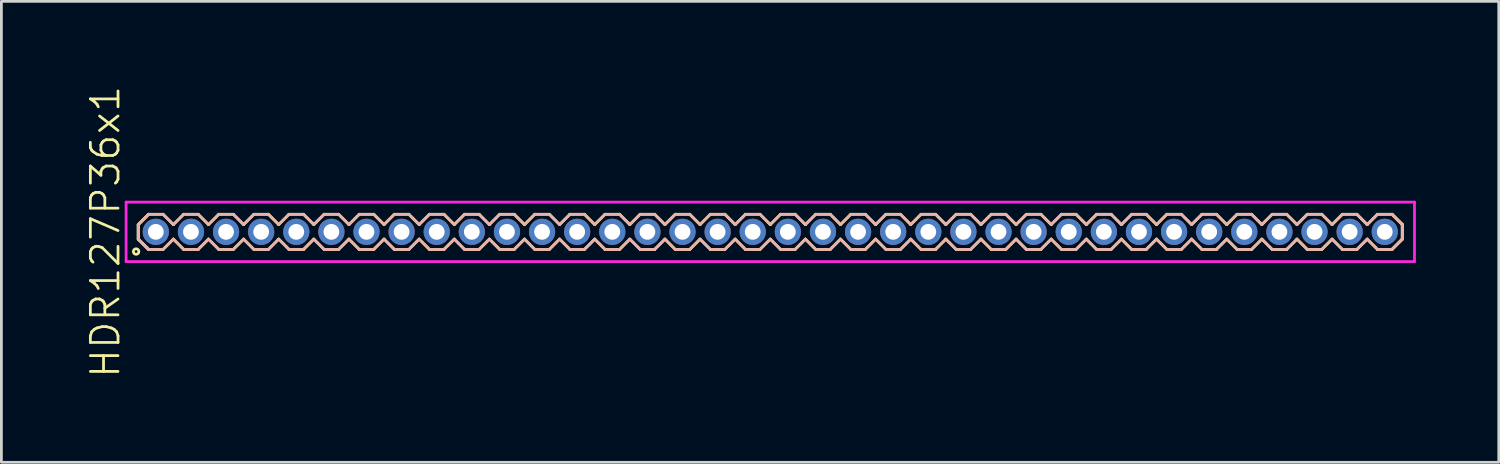
<source format=kicad_pcb>
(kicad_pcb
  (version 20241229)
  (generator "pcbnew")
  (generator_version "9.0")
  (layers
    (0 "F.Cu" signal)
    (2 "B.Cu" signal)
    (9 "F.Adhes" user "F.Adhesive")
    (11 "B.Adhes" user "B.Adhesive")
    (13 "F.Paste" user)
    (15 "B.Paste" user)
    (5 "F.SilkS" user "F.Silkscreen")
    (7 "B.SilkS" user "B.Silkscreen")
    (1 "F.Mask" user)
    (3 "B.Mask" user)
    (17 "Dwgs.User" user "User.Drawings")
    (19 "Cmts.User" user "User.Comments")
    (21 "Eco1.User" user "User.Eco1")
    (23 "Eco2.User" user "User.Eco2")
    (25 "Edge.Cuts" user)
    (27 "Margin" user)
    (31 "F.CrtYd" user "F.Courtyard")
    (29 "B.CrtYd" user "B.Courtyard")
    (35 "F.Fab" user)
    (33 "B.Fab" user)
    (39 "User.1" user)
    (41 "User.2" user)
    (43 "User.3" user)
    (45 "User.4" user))
  (footprint "HDR127P36x1"
    (layer "F.Cu")
    (at 24.811 5.336)
    (property "Reference" "HDR127P36x1" (at -24.05 0 90) (layer "F.SilkS") (effects (font (size 1 1) (thickness 0.1))))
    (attr through_hole)
    (fp_line (start -22.86 -0.263) (end -22.488 -0.635) (stroke (width 0.1) (type solid)) (layer "F.SilkS"))
    (fp_line (start -22.86 -0.263) (end -22.488 -0.635) (stroke (width 0.1) (type solid)) (layer "F.SilkS"))
    (fp_line (start -22.86 0.263) (end -22.86 -0.263) (stroke (width 0.1) (type solid)) (layer "F.SilkS"))
    (fp_line (start -22.86 0.263) (end -22.86 -0.263) (stroke (width 0.1) (type solid)) (layer "F.SilkS"))
    (fp_line (start -22.488 -0.635) (end -21.962 -0.635) (stroke (width 0.1) (type solid)) (layer "F.SilkS"))
    (fp_line (start -22.488 0.635) (end -22.86 0.263) (stroke (width 0.1) (type solid)) (layer "F.SilkS"))
    (fp_line (start -22.488 0.635) (end -22.86 0.263) (stroke (width 0.1) (type solid)) (layer "F.SilkS"))
    (fp_line (start -21.962 -0.635) (end -21.59 -0.263) (stroke (width 0.1) (type solid)) (layer "F.SilkS"))
    (fp_line (start -21.962 0.635) (end -22.488 0.635) (stroke (width 0.1) (type solid)) (layer "F.SilkS"))
    (fp_line (start -21.59 -0.263) (end -21.218 -0.635) (stroke (width 0.1) (type solid)) (layer "F.SilkS"))
    (fp_line (start -21.59 0.263) (end -21.962 0.635) (stroke (width 0.1) (type solid)) (layer "F.SilkS"))
    (fp_line (start -21.218 -0.635) (end -20.692 -0.635) (stroke (width 0.1) (type solid)) (layer "F.SilkS"))
    (fp_line (start -21.218 0.635) (end -21.59 0.263) (stroke (width 0.1) (type solid)) (layer "F.SilkS"))
    (fp_line (start -20.692 -0.635) (end -20.32 -0.263) (stroke (width 0.1) (type solid)) (layer "F.SilkS"))
    (fp_line (start -20.692 0.635) (end -21.218 0.635) (stroke (width 0.1) (type solid)) (layer "F.SilkS"))
    (fp_line (start -20.32 -0.263) (end -19.948 -0.635) (stroke (width 0.1) (type solid)) (layer "F.SilkS"))
    (fp_line (start -20.32 0.263) (end -20.692 0.635) (stroke (width 0.1) (type solid)) (layer "F.SilkS"))
    (fp_line (start -19.948 -0.635) (end -19.422 -0.635) (stroke (width 0.1) (type solid)) (layer "F.SilkS"))
    (fp_line (start -19.948 0.635) (end -20.32 0.263) (stroke (width 0.1) (type solid)) (layer "F.SilkS"))
    (fp_line (start -19.422 -0.635) (end -19.05 -0.263) (stroke (width 0.1) (type solid)) (layer "F.SilkS"))
    (fp_line (start -19.422 0.635) (end -19.948 0.635) (stroke (width 0.1) (type solid)) (layer "F.SilkS"))
    (fp_line (start -19.05 -0.263) (end -18.678 -0.635) (stroke (width 0.1) (type solid)) (layer "F.SilkS"))
    (fp_line (start -19.05 0.263) (end -19.422 0.635) (stroke (width 0.1) (type solid)) (layer "F.SilkS"))
    (fp_line (start -18.678 -0.635) (end -18.152 -0.635) (stroke (width 0.1) (type solid)) (layer "F.SilkS"))
    (fp_line (start -18.678 0.635) (end -19.05 0.263) (stroke (width 0.1) (type solid)) (layer "F.SilkS"))
    (fp_line (start -18.152 -0.635) (end -17.78 -0.263) (stroke (width 0.1) (type solid)) (layer "F.SilkS"))
    (fp_line (start -18.152 0.635) (end -18.678 0.635) (stroke (width 0.1) (type solid)) (layer "F.SilkS"))
    (fp_line (start -17.78 -0.263) (end -17.408 -0.635) (stroke (width 0.1) (type solid)) (layer "F.SilkS"))
    (fp_line (start -17.78 0.263) (end -18.152 0.635) (stroke (width 0.1) (type solid)) (layer "F.SilkS"))
    (fp_line (start -17.408 -0.635) (end -16.882 -0.635) (stroke (width 0.1) (type solid)) (layer "F.SilkS"))
    (fp_line (start -17.408 0.635) (end -17.78 0.263) (stroke (width 0.1) (type solid)) (layer "F.SilkS"))
    (fp_line (start -16.882 -0.635) (end -16.51 -0.263) (stroke (width 0.1) (type solid)) (layer "F.SilkS"))
    (fp_line (start -16.882 0.635) (end -17.408 0.635) (stroke (width 0.1) (type solid)) (layer "F.SilkS"))
    (fp_line (start -16.51 -0.263) (end -16.138 -0.635) (stroke (width 0.1) (type solid)) (layer "F.SilkS"))
    (fp_line (start -16.51 0.263) (end -16.882 0.635) (stroke (width 0.1) (type solid)) (layer "F.SilkS"))
    (fp_line (start -16.138 -0.635) (end -15.612 -0.635) (stroke (width 0.1) (type solid)) (layer "F.SilkS"))
    (fp_line (start -16.138 0.635) (end -16.51 0.263) (stroke (width 0.1) (type solid)) (layer "F.SilkS"))
    (fp_line (start -15.612 -0.635) (end -15.24 -0.263) (stroke (width 0.1) (type solid)) (layer "F.SilkS"))
    (fp_line (start -15.612 0.635) (end -16.138 0.635) (stroke (width 0.1) (type solid)) (layer "F.SilkS"))
    (fp_line (start -15.24 -0.263) (end -14.868 -0.635) (stroke (width 0.1) (type solid)) (layer "F.SilkS"))
    (fp_line (start -15.24 0.263) (end -15.612 0.635) (stroke (width 0.1) (type solid)) (layer "F.SilkS"))
    (fp_line (start -14.868 -0.635) (end -14.342 -0.635) (stroke (width 0.1) (type solid)) (layer "F.SilkS"))
    (fp_line (start -14.868 0.635) (end -15.24 0.263) (stroke (width 0.1) (type solid)) (layer "F.SilkS"))
    (fp_line (start -14.342 -0.635) (end -13.97 -0.263) (stroke (width 0.1) (type solid)) (layer "F.SilkS"))
    (fp_line (start -14.342 0.635) (end -14.868 0.635) (stroke (width 0.1) (type solid)) (layer "F.SilkS"))
    (fp_line (start -13.97 -0.263) (end -13.598 -0.635) (stroke (width 0.1) (type solid)) (layer "F.SilkS"))
    (fp_line (start -13.97 0.263) (end -14.342 0.635) (stroke (width 0.1) (type solid)) (layer "F.SilkS"))
    (fp_line (start -13.598 -0.635) (end -13.072 -0.635) (stroke (width 0.1) (type solid)) (layer "F.SilkS"))
    (fp_line (start -13.598 0.635) (end -13.97 0.263) (stroke (width 0.1) (type solid)) (layer "F.SilkS"))
    (fp_line (start -13.072 -0.635) (end -12.7 -0.263) (stroke (width 0.1) (type solid)) (layer "F.SilkS"))
    (fp_line (start -13.072 0.635) (end -13.598 0.635) (stroke (width 0.1) (type solid)) (layer "F.SilkS"))
    (fp_line (start -12.7 -0.263) (end -12.328 -0.635) (stroke (width 0.1) (type solid)) (layer "F.SilkS"))
    (fp_line (start -12.7 0.263) (end -13.072 0.635) (stroke (width 0.1) (type solid)) (layer "F.SilkS"))
    (fp_line (start -12.328 -0.635) (end -11.802 -0.635) (stroke (width 0.1) (type solid)) (layer "F.SilkS"))
    (fp_line (start -12.328 0.635) (end -12.7 0.263) (stroke (width 0.1) (type solid)) (layer "F.SilkS"))
    (fp_line (start -11.802 -0.635) (end -11.43 -0.263) (stroke (width 0.1) (type solid)) (layer "F.SilkS"))
    (fp_line (start -11.802 0.635) (end -12.328 0.635) (stroke (width 0.1) (type solid)) (layer "F.SilkS"))
    (fp_line (start -11.43 -0.263) (end -11.058 -0.635) (stroke (width 0.1) (type solid)) (layer "F.SilkS"))
    (fp_line (start -11.43 0.263) (end -11.802 0.635) (stroke (width 0.1) (type solid)) (layer "F.SilkS"))
    (fp_line (start -11.058 -0.635) (end -10.532 -0.635) (stroke (width 0.1) (type solid)) (layer "F.SilkS"))
    (fp_line (start -11.058 0.635) (end -11.43 0.263) (stroke (width 0.1) (type solid)) (layer "F.SilkS"))
    (fp_line (start -10.532 -0.635) (end -10.16 -0.263) (stroke (width 0.1) (type solid)) (layer "F.SilkS"))
    (fp_line (start -10.532 0.635) (end -11.058 0.635) (stroke (width 0.1) (type solid)) (layer "F.SilkS"))
    (fp_line (start -10.16 -0.263) (end -9.788 -0.635) (stroke (width 0.1) (type solid)) (layer "F.SilkS"))
    (fp_line (start -10.16 0.263) (end -10.532 0.635) (stroke (width 0.1) (type solid)) (layer "F.SilkS"))
    (fp_line (start -9.788 -0.635) (end -9.262 -0.635) (stroke (width 0.1) (type solid)) (layer "F.SilkS"))
    (fp_line (start -9.788 0.635) (end -10.16 0.263) (stroke (width 0.1) (type solid)) (layer "F.SilkS"))
    (fp_line (start -9.262 -0.635) (end -8.89 -0.263) (stroke (width 0.1) (type solid)) (layer "F.SilkS"))
    (fp_line (start -9.262 0.635) (end -9.788 0.635) (stroke (width 0.1) (type solid)) (layer "F.SilkS"))
    (fp_line (start -8.89 -0.263) (end -8.518 -0.635) (stroke (width 0.1) (type solid)) (layer "F.SilkS"))
    (fp_line (start -8.89 0.263) (end -9.262 0.635) (stroke (width 0.1) (type solid)) (layer "F.SilkS"))
    (fp_line (start -8.518 -0.635) (end -7.992 -0.635) (stroke (width 0.1) (type solid)) (layer "F.SilkS"))
    (fp_line (start -8.518 0.635) (end -8.89 0.263) (stroke (width 0.1) (type solid)) (layer "F.SilkS"))
    (fp_line (start -7.992 -0.635) (end -7.62 -0.263) (stroke (width 0.1) (type solid)) (layer "F.SilkS"))
    (fp_line (start -7.992 0.635) (end -8.518 0.635) (stroke (width 0.1) (type solid)) (layer "F.SilkS"))
    (fp_line (start -7.62 -0.263) (end -7.248 -0.635) (stroke (width 0.1) (type solid)) (layer "F.SilkS"))
    (fp_line (start -7.62 0.263) (end -7.992 0.635) (stroke (width 0.1) (type solid)) (layer "F.SilkS"))
    (fp_line (start -7.248 -0.635) (end -6.722 -0.635) (stroke (width 0.1) (type solid)) (layer "F.SilkS"))
    (fp_line (start -7.248 0.635) (end -7.62 0.263) (stroke (width 0.1) (type solid)) (layer "F.SilkS"))
    (fp_line (start -6.722 -0.635) (end -6.35 -0.263) (stroke (width 0.1) (type solid)) (layer "F.SilkS"))
    (fp_line (start -6.722 0.635) (end -7.248 0.635) (stroke (width 0.1) (type solid)) (layer "F.SilkS"))
    (fp_line (start -6.35 -0.263) (end -5.978 -0.635) (stroke (width 0.1) (type solid)) (layer "F.SilkS"))
    (fp_line (start -6.35 0.263) (end -6.722 0.635) (stroke (width 0.1) (type solid)) (layer "F.SilkS"))
    (fp_line (start -5.978 -0.635) (end -5.452 -0.635) (stroke (width 0.1) (type solid)) (layer "F.SilkS"))
    (fp_line (start -5.978 0.635) (end -6.35 0.263) (stroke (width 0.1) (type solid)) (layer "F.SilkS"))
    (fp_line (start -5.452 -0.635) (end -5.08 -0.263) (stroke (width 0.1) (type solid)) (layer "F.SilkS"))
    (fp_line (start -5.452 0.635) (end -5.978 0.635) (stroke (width 0.1) (type solid)) (layer "F.SilkS"))
    (fp_line (start -5.08 -0.263) (end -4.708 -0.635) (stroke (width 0.1) (type solid)) (layer "F.SilkS"))
    (fp_line (start -5.08 0.263) (end -5.452 0.635) (stroke (width 0.1) (type solid)) (layer "F.SilkS"))
    (fp_line (start -4.708 -0.635) (end -4.182 -0.635) (stroke (width 0.1) (type solid)) (layer "F.SilkS"))
    (fp_line (start -4.708 0.635) (end -5.08 0.263) (stroke (width 0.1) (type solid)) (layer "F.SilkS"))
    (fp_line (start -4.182 -0.635) (end -3.81 -0.263) (stroke (width 0.1) (type solid)) (layer "F.SilkS"))
    (fp_line (start -4.182 0.635) (end -4.708 0.635) (stroke (width 0.1) (type solid)) (layer "F.SilkS"))
    (fp_line (start -3.81 -0.263) (end -3.438 -0.635) (stroke (width 0.1) (type solid)) (layer "F.SilkS"))
    (fp_line (start -3.81 0.263) (end -4.182 0.635) (stroke (width 0.1) (type solid)) (layer "F.SilkS"))
    (fp_line (start -3.438 -0.635) (end -2.912 -0.635) (stroke (width 0.1) (type solid)) (layer "F.SilkS"))
    (fp_line (start -3.438 0.635) (end -3.81 0.263) (stroke (width 0.1) (type solid)) (layer "F.SilkS"))
    (fp_line (start -2.912 -0.635) (end -2.54 -0.263) (stroke (width 0.1) (type solid)) (layer "F.SilkS"))
    (fp_line (start -2.912 0.635) (end -3.438 0.635) (stroke (width 0.1) (type solid)) (layer "F.SilkS"))
    (fp_line (start -2.54 -0.263) (end -2.168 -0.635) (stroke (width 0.1) (type solid)) (layer "F.SilkS"))
    (fp_line (start -2.54 0.263) (end -2.912 0.635) (stroke (width 0.1) (type solid)) (layer "F.SilkS"))
    (fp_line (start -2.168 -0.635) (end -1.642 -0.635) (stroke (width 0.1) (type solid)) (layer "F.SilkS"))
    (fp_line (start -2.168 0.635) (end -2.54 0.263) (stroke (width 0.1) (type solid)) (layer "F.SilkS"))
    (fp_line (start -1.642 -0.635) (end -1.27 -0.263) (stroke (width 0.1) (type solid)) (layer "F.SilkS"))
    (fp_line (start -1.642 0.635) (end -2.168 0.635) (stroke (width 0.1) (type solid)) (layer "F.SilkS"))
    (fp_line (start -1.27 -0.263) (end -0.898 -0.635) (stroke (width 0.1) (type solid)) (layer "F.SilkS"))
    (fp_line (start -1.27 0.263) (end -1.642 0.635) (stroke (width 0.1) (type solid)) (layer "F.SilkS"))
    (fp_line (start -0.898 -0.635) (end -0.372 -0.635) (stroke (width 0.1) (type solid)) (layer "F.SilkS"))
    (fp_line (start -0.898 0.635) (end -1.27 0.263) (stroke (width 0.1) (type solid)) (layer "F.SilkS"))
    (fp_line (start -0.372 -0.635) (end 0 -0.263) (stroke (width 0.1) (type solid)) (layer "F.SilkS"))
    (fp_line (start -0.372 0.635) (end -0.898 0.635) (stroke (width 0.1) (type solid)) (layer "F.SilkS"))
    (fp_line (start 0 -0.263) (end 0.372 -0.635) (stroke (width 0.1) (type solid)) (layer "F.SilkS"))
    (fp_line (start 0 0.263) (end -0.372 0.635) (stroke (width 0.1) (type solid)) (layer "F.SilkS"))
    (fp_line (start 0.372 -0.635) (end 0.898 -0.635) (stroke (width 0.1) (type solid)) (layer "F.SilkS"))
    (fp_line (start 0.372 0.635) (end 0 0.263) (stroke (width 0.1) (type solid)) (layer "F.SilkS"))
    (fp_line (start 0.898 -0.635) (end 1.27 -0.263) (stroke (width 0.1) (type solid)) (layer "F.SilkS"))
    (fp_line (start 0.898 0.635) (end 0.372 0.635) (stroke (width 0.1) (type solid)) (layer "F.SilkS"))
    (fp_line (start 1.27 -0.263) (end 1.642 -0.635) (stroke (width 0.1) (type solid)) (layer "F.SilkS"))
    (fp_line (start 1.27 0.263) (end 0.898 0.635) (stroke (width 0.1) (type solid)) (layer "F.SilkS"))
    (fp_line (start 1.642 -0.635) (end 2.168 -0.635) (stroke (width 0.1) (type solid)) (layer "F.SilkS"))
    (fp_line (start 1.642 0.635) (end 1.27 0.263) (stroke (width 0.1) (type solid)) (layer "F.SilkS"))
    (fp_line (start 2.168 -0.635) (end 2.54 -0.263) (stroke (width 0.1) (type solid)) (layer "F.SilkS"))
    (fp_line (start 2.168 0.635) (end 1.642 0.635) (stroke (width 0.1) (type solid)) (layer "F.SilkS"))
    (fp_line (start 2.54 -0.263) (end 2.912 -0.635) (stroke (width 0.1) (type solid)) (layer "F.SilkS"))
    (fp_line (start 2.54 0.263) (end 2.168 0.635) (stroke (width 0.1) (type solid)) (layer "F.SilkS"))
    (fp_line (start 2.912 -0.635) (end 3.438 -0.635) (stroke (width 0.1) (type solid)) (layer "F.SilkS"))
    (fp_line (start 2.912 0.635) (end 2.54 0.263) (stroke (width 0.1) (type solid)) (layer "F.SilkS"))
    (fp_line (start 3.438 -0.635) (end 3.81 -0.263) (stroke (width 0.1) (type solid)) (layer "F.SilkS"))
    (fp_line (start 3.438 0.635) (end 2.912 0.635) (stroke (width 0.1) (type solid)) (layer "F.SilkS"))
    (fp_line (start 3.81 -0.263) (end 4.182 -0.635) (stroke (width 0.1) (type solid)) (layer "F.SilkS"))
    (fp_line (start 3.81 0.263) (end 3.438 0.635) (stroke (width 0.1) (type solid)) (layer "F.SilkS"))
    (fp_line (start 4.182 -0.635) (end 4.708 -0.635) (stroke (width 0.1) (type solid)) (layer "F.SilkS"))
    (fp_line (start 4.182 0.635) (end 3.81 0.263) (stroke (width 0.1) (type solid)) (layer "F.SilkS"))
    (fp_line (start 4.708 -0.635) (end 5.08 -0.263) (stroke (width 0.1) (type solid)) (layer "F.SilkS"))
    (fp_line (start 4.708 0.635) (end 4.182 0.635) (stroke (width 0.1) (type solid)) (layer "F.SilkS"))
    (fp_line (start 5.08 -0.263) (end 5.452 -0.635) (stroke (width 0.1) (type solid)) (layer "F.SilkS"))
    (fp_line (start 5.08 0.263) (end 4.708 0.635) (stroke (width 0.1) (type solid)) (layer "F.SilkS"))
    (fp_line (start 5.452 -0.635) (end 5.978 -0.635) (stroke (width 0.1) (type solid)) (layer "F.SilkS"))
    (fp_line (start 5.452 0.635) (end 5.08 0.263) (stroke (width 0.1) (type solid)) (layer "F.SilkS"))
    (fp_line (start 5.978 -0.635) (end 6.35 -0.263) (stroke (width 0.1) (type solid)) (layer "F.SilkS"))
    (fp_line (start 5.978 0.635) (end 5.452 0.635) (stroke (width 0.1) (type solid)) (layer "F.SilkS"))
    (fp_line (start 6.35 -0.263) (end 6.722 -0.635) (stroke (width 0.1) (type solid)) (layer "F.SilkS"))
    (fp_line (start 6.35 0.263) (end 5.978 0.635) (stroke (width 0.1) (type solid)) (layer "F.SilkS"))
    (fp_line (start 6.722 -0.635) (end 7.248 -0.635) (stroke (width 0.1) (type solid)) (layer "F.SilkS"))
    (fp_line (start 6.722 0.635) (end 6.35 0.263) (stroke (width 0.1) (type solid)) (layer "F.SilkS"))
    (fp_line (start 7.248 -0.635) (end 7.62 -0.263) (stroke (width 0.1) (type solid)) (layer "F.SilkS"))
    (fp_line (start 7.248 0.635) (end 6.722 0.635) (stroke (width 0.1) (type solid)) (layer "F.SilkS"))
    (fp_line (start 7.62 -0.263) (end 7.992 -0.635) (stroke (width 0.1) (type solid)) (layer "F.SilkS"))
    (fp_line (start 7.62 0.263) (end 7.248 0.635) (stroke (width 0.1) (type solid)) (layer "F.SilkS"))
    (fp_line (start 7.992 -0.635) (end 8.518 -0.635) (stroke (width 0.1) (type solid)) (layer "F.SilkS"))
    (fp_line (start 7.992 0.635) (end 7.62 0.263) (stroke (width 0.1) (type solid)) (layer "F.SilkS"))
    (fp_line (start 8.518 -0.635) (end 8.89 -0.263) (stroke (width 0.1) (type solid)) (layer "F.SilkS"))
    (fp_line (start 8.518 0.635) (end 7.992 0.635) (stroke (width 0.1) (type solid)) (layer "F.SilkS"))
    (fp_line (start 8.89 -0.263) (end 9.262 -0.635) (stroke (width 0.1) (type solid)) (layer "F.SilkS"))
    (fp_line (start 8.89 0.263) (end 8.518 0.635) (stroke (width 0.1) (type solid)) (layer "F.SilkS"))
    (fp_line (start 9.262 -0.635) (end 9.788 -0.635) (stroke (width 0.1) (type solid)) (layer "F.SilkS"))
    (fp_line (start 9.262 0.635) (end 8.89 0.263) (stroke (width 0.1) (type solid)) (layer "F.SilkS"))
    (fp_line (start 9.788 -0.635) (end 10.16 -0.263) (stroke (width 0.1) (type solid)) (layer "F.SilkS"))
    (fp_line (start 9.788 0.635) (end 9.262 0.635) (stroke (width 0.1) (type solid)) (layer "F.SilkS"))
    (fp_line (start 10.16 -0.263) (end 10.532 -0.635) (stroke (width 0.1) (type solid)) (layer "F.SilkS"))
    (fp_line (start 10.16 0.263) (end 9.788 0.635) (stroke (width 0.1) (type solid)) (layer "F.SilkS"))
    (fp_line (start 10.532 -0.635) (end 11.058 -0.635) (stroke (width 0.1) (type solid)) (layer "F.SilkS"))
    (fp_line (start 10.532 0.635) (end 10.16 0.263) (stroke (width 0.1) (type solid)) (layer "F.SilkS"))
    (fp_line (start 11.058 -0.635) (end 11.43 -0.263) (stroke (width 0.1) (type solid)) (layer "F.SilkS"))
    (fp_line (start 11.058 0.635) (end 10.532 0.635) (stroke (width 0.1) (type solid)) (layer "F.SilkS"))
    (fp_line (start 11.43 -0.263) (end 11.802 -0.635) (stroke (width 0.1) (type solid)) (layer "F.SilkS"))
    (fp_line (start 11.43 0.263) (end 11.058 0.635) (stroke (width 0.1) (type solid)) (layer "F.SilkS"))
    (fp_line (start 11.802 -0.635) (end 12.328 -0.635) (stroke (width 0.1) (type solid)) (layer "F.SilkS"))
    (fp_line (start 11.802 0.635) (end 11.43 0.263) (stroke (width 0.1) (type solid)) (layer "F.SilkS"))
    (fp_line (start 12.328 -0.635) (end 12.7 -0.263) (stroke (width 0.1) (type solid)) (layer "F.SilkS"))
    (fp_line (start 12.328 0.635) (end 11.802 0.635) (stroke (width 0.1) (type solid)) (layer "F.SilkS"))
    (fp_line (start 12.7 -0.263) (end 13.072 -0.635) (stroke (width 0.1) (type solid)) (layer "F.SilkS"))
    (fp_line (start 12.7 0.263) (end 12.328 0.635) (stroke (width 0.1) (type solid)) (layer "F.SilkS"))
    (fp_line (start 13.072 -0.635) (end 13.598 -0.635) (stroke (width 0.1) (type solid)) (layer "F.SilkS"))
    (fp_line (start 13.072 0.635) (end 12.7 0.263) (stroke (width 0.1) (type solid)) (layer "F.SilkS"))
    (fp_line (start 13.598 -0.635) (end 13.97 -0.263) (stroke (width 0.1) (type solid)) (layer "F.SilkS"))
    (fp_line (start 13.598 0.635) (end 13.072 0.635) (stroke (width 0.1) (type solid)) (layer "F.SilkS"))
    (fp_line (start 13.97 -0.263) (end 14.342 -0.635) (stroke (width 0.1) (type solid)) (layer "F.SilkS"))
    (fp_line (start 13.97 0.263) (end 13.598 0.635) (stroke (width 0.1) (type solid)) (layer "F.SilkS"))
    (fp_line (start 14.342 -0.635) (end 14.868 -0.635) (stroke (width 0.1) (type solid)) (layer "F.SilkS"))
    (fp_line (start 14.342 0.635) (end 13.97 0.263) (stroke (width 0.1) (type solid)) (layer "F.SilkS"))
    (fp_line (start 14.868 -0.635) (end 15.24 -0.263) (stroke (width 0.1) (type solid)) (layer "F.SilkS"))
    (fp_line (start 14.868 0.635) (end 14.342 0.635) (stroke (width 0.1) (type solid)) (layer "F.SilkS"))
    (fp_line (start 15.24 -0.263) (end 15.612 -0.635) (stroke (width 0.1) (type solid)) (layer "F.SilkS"))
    (fp_line (start 15.24 0.263) (end 14.868 0.635) (stroke (width 0.1) (type solid)) (layer "F.SilkS"))
    (fp_line (start 15.612 -0.635) (end 16.138 -0.635) (stroke (width 0.1) (type solid)) (layer "F.SilkS"))
    (fp_line (start 15.612 0.635) (end 15.24 0.263) (stroke (width 0.1) (type solid)) (layer "F.SilkS"))
    (fp_line (start 16.138 -0.635) (end 16.51 -0.263) (stroke (width 0.1) (type solid)) (layer "F.SilkS"))
    (fp_line (start 16.138 0.635) (end 15.612 0.635) (stroke (width 0.1) (type solid)) (layer "F.SilkS"))
    (fp_line (start 16.51 -0.263) (end 16.882 -0.635) (stroke (width 0.1) (type solid)) (layer "F.SilkS"))
    (fp_line (start 16.51 0.263) (end 16.138 0.635) (stroke (width 0.1) (type solid)) (layer "F.SilkS"))
    (fp_line (start 16.882 -0.635) (end 17.408 -0.635) (stroke (width 0.1) (type solid)) (layer "F.SilkS"))
    (fp_line (start 16.882 0.635) (end 16.51 0.263) (stroke (width 0.1) (type solid)) (layer "F.SilkS"))
    (fp_line (start 17.408 -0.635) (end 17.78 -0.263) (stroke (width 0.1) (type solid)) (layer "F.SilkS"))
    (fp_line (start 17.408 0.635) (end 16.882 0.635) (stroke (width 0.1) (type solid)) (layer "F.SilkS"))
    (fp_line (start 17.78 -0.263) (end 18.152 -0.635) (stroke (width 0.1) (type solid)) (layer "F.SilkS"))
    (fp_line (start 17.78 0.263) (end 17.408 0.635) (stroke (width 0.1) (type solid)) (layer "F.SilkS"))
    (fp_line (start 18.152 -0.635) (end 18.678 -0.635) (stroke (width 0.1) (type solid)) (layer "F.SilkS"))
    (fp_line (start 18.152 0.635) (end 17.78 0.263) (stroke (width 0.1) (type solid)) (layer "F.SilkS"))
    (fp_line (start 18.678 -0.635) (end 19.05 -0.263) (stroke (width 0.1) (type solid)) (layer "F.SilkS"))
    (fp_line (start 18.678 0.635) (end 18.152 0.635) (stroke (width 0.1) (type solid)) (layer "F.SilkS"))
    (fp_line (start 19.05 -0.263) (end 19.422 -0.635) (stroke (width 0.1) (type solid)) (layer "F.SilkS"))
    (fp_line (start 19.05 0.263) (end 18.678 0.635) (stroke (width 0.1) (type solid)) (layer "F.SilkS"))
    (fp_line (start 19.422 -0.635) (end 19.948 -0.635) (stroke (width 0.1) (type solid)) (layer "F.SilkS"))
    (fp_line (start 19.422 0.635) (end 19.05 0.263) (stroke (width 0.1) (type solid)) (layer "F.SilkS"))
    (fp_line (start 19.948 -0.635) (end 20.32 -0.263) (stroke (width 0.1) (type solid)) (layer "F.SilkS"))
    (fp_line (start 19.948 0.635) (end 19.422 0.635) (stroke (width 0.1) (type solid)) (layer "F.SilkS"))
    (fp_line (start 20.32 -0.263) (end 20.692 -0.635) (stroke (width 0.1) (type solid)) (layer "F.SilkS"))
    (fp_line (start 20.32 0.263) (end 19.948 0.635) (stroke (width 0.1) (type solid)) (layer "F.SilkS"))
    (fp_line (start 20.692 -0.635) (end 21.218 -0.635) (stroke (width 0.1) (type solid)) (layer "F.SilkS"))
    (fp_line (start 20.692 0.635) (end 20.32 0.263) (stroke (width 0.1) (type solid)) (layer "F.SilkS"))
    (fp_line (start 21.218 -0.635) (end 21.59 -0.263) (stroke (width 0.1) (type solid)) (layer "F.SilkS"))
    (fp_line (start 21.218 0.635) (end 20.692 0.635) (stroke (width 0.1) (type solid)) (layer "F.SilkS"))
    (fp_line (start 21.59 -0.263) (end 21.962 -0.635) (stroke (width 0.1) (type solid)) (layer "F.SilkS"))
    (fp_line (start 21.59 0.263) (end 21.218 0.635) (stroke (width 0.1) (type solid)) (layer "F.SilkS"))
    (fp_line (start 21.962 -0.635) (end 22.488 -0.635) (stroke (width 0.1) (type solid)) (layer "F.SilkS"))
    (fp_line (start 21.962 0.635) (end 21.59 0.263) (stroke (width 0.1) (type solid)) (layer "F.SilkS"))
    (fp_line (start 22.488 -0.635) (end 22.86 -0.263) (stroke (width 0.1) (type solid)) (layer "F.SilkS"))
    (fp_line (start 22.488 -0.635) (end 22.86 -0.263) (stroke (width 0.1) (type solid)) (layer "F.SilkS"))
    (fp_line (start 22.488 0.635) (end 21.962 0.635) (stroke (width 0.1) (type solid)) (layer "F.SilkS"))
    (fp_line (start 22.86 -0.263) (end 22.86 0.263) (stroke (width 0.1) (type solid)) (layer "F.SilkS"))
    (fp_line (start 22.86 -0.263) (end 22.86 0.263) (stroke (width 0.1) (type solid)) (layer "F.SilkS"))
    (fp_line (start 22.86 0.263) (end 22.488 0.635) (stroke (width 0.1) (type solid)) (layer "F.SilkS"))
    (fp_line (start 22.86 0.263) (end 22.488 0.635) (stroke (width 0.1) (type solid)) (layer "F.SilkS"))
    (fp_circle (center -22.938 0.712) (end -22.838 0.712) (stroke (width 0.1) (type solid)) (fill no) (layer "F.SilkS"))
    (fp_line (start -22.86 -0.263) (end -22.488 -0.635) (stroke (width 0.1) (type solid)) (layer "B.SilkS"))
    (fp_line (start -22.86 -0.263) (end -22.488 -0.635) (stroke (width 0.1) (type solid)) (layer "B.SilkS"))
    (fp_line (start -22.86 0.263) (end -22.86 -0.263) (stroke (width 0.1) (type solid)) (layer "B.SilkS"))
    (fp_line (start -22.86 0.263) (end -22.86 -0.263) (stroke (width 0.1) (type solid)) (layer "B.SilkS"))
    (fp_line (start -22.488 -0.635) (end -21.962 -0.635) (stroke (width 0.1) (type solid)) (layer "B.SilkS"))
    (fp_line (start -22.488 0.635) (end -22.86 0.263) (stroke (width 0.1) (type solid)) (layer "B.SilkS"))
    (fp_line (start -22.488 0.635) (end -22.86 0.263) (stroke (width 0.1) (type solid)) (layer "B.SilkS"))
    (fp_line (start -21.962 -0.635) (end -21.59 -0.263) (stroke (width 0.1) (type solid)) (layer "B.SilkS"))
    (fp_line (start -21.962 0.635) (end -22.488 0.635) (stroke (width 0.1) (type solid)) (layer "B.SilkS"))
    (fp_line (start -21.59 -0.263) (end -21.218 -0.635) (stroke (width 0.1) (type solid)) (layer "B.SilkS"))
    (fp_line (start -21.59 0.263) (end -21.962 0.635) (stroke (width 0.1) (type solid)) (layer "B.SilkS"))
    (fp_line (start -21.218 -0.635) (end -20.692 -0.635) (stroke (width 0.1) (type solid)) (layer "B.SilkS"))
    (fp_line (start -21.218 0.635) (end -21.59 0.263) (stroke (width 0.1) (type solid)) (layer "B.SilkS"))
    (fp_line (start -20.692 -0.635) (end -20.32 -0.263) (stroke (width 0.1) (type solid)) (layer "B.SilkS"))
    (fp_line (start -20.692 0.635) (end -21.218 0.635) (stroke (width 0.1) (type solid)) (layer "B.SilkS"))
    (fp_line (start -20.32 -0.263) (end -19.948 -0.635) (stroke (width 0.1) (type solid)) (layer "B.SilkS"))
    (fp_line (start -20.32 0.263) (end -20.692 0.635) (stroke (width 0.1) (type solid)) (layer "B.SilkS"))
    (fp_line (start -19.948 -0.635) (end -19.422 -0.635) (stroke (width 0.1) (type solid)) (layer "B.SilkS"))
    (fp_line (start -19.948 0.635) (end -20.32 0.263) (stroke (width 0.1) (type solid)) (layer "B.SilkS"))
    (fp_line (start -19.422 -0.635) (end -19.05 -0.263) (stroke (width 0.1) (type solid)) (layer "B.SilkS"))
    (fp_line (start -19.422 0.635) (end -19.948 0.635) (stroke (width 0.1) (type solid)) (layer "B.SilkS"))
    (fp_line (start -19.05 -0.263) (end -18.678 -0.635) (stroke (width 0.1) (type solid)) (layer "B.SilkS"))
    (fp_line (start -19.05 0.263) (end -19.422 0.635) (stroke (width 0.1) (type solid)) (layer "B.SilkS"))
    (fp_line (start -18.678 -0.635) (end -18.152 -0.635) (stroke (width 0.1) (type solid)) (layer "B.SilkS"))
    (fp_line (start -18.678 0.635) (end -19.05 0.263) (stroke (width 0.1) (type solid)) (layer "B.SilkS"))
    (fp_line (start -18.152 -0.635) (end -17.78 -0.263) (stroke (width 0.1) (type solid)) (layer "B.SilkS"))
    (fp_line (start -18.152 0.635) (end -18.678 0.635) (stroke (width 0.1) (type solid)) (layer "B.SilkS"))
    (fp_line (start -17.78 -0.263) (end -17.408 -0.635) (stroke (width 0.1) (type solid)) (layer "B.SilkS"))
    (fp_line (start -17.78 0.263) (end -18.152 0.635) (stroke (width 0.1) (type solid)) (layer "B.SilkS"))
    (fp_line (start -17.408 -0.635) (end -16.882 -0.635) (stroke (width 0.1) (type solid)) (layer "B.SilkS"))
    (fp_line (start -17.408 0.635) (end -17.78 0.263) (stroke (width 0.1) (type solid)) (layer "B.SilkS"))
    (fp_line (start -16.882 -0.635) (end -16.51 -0.263) (stroke (width 0.1) (type solid)) (layer "B.SilkS"))
    (fp_line (start -16.882 0.635) (end -17.408 0.635) (stroke (width 0.1) (type solid)) (layer "B.SilkS"))
    (fp_line (start -16.51 -0.263) (end -16.138 -0.635) (stroke (width 0.1) (type solid)) (layer "B.SilkS"))
    (fp_line (start -16.51 0.263) (end -16.882 0.635) (stroke (width 0.1) (type solid)) (layer "B.SilkS"))
    (fp_line (start -16.138 -0.635) (end -15.612 -0.635) (stroke (width 0.1) (type solid)) (layer "B.SilkS"))
    (fp_line (start -16.138 0.635) (end -16.51 0.263) (stroke (width 0.1) (type solid)) (layer "B.SilkS"))
    (fp_line (start -15.612 -0.635) (end -15.24 -0.263) (stroke (width 0.1) (type solid)) (layer "B.SilkS"))
    (fp_line (start -15.612 0.635) (end -16.138 0.635) (stroke (width 0.1) (type solid)) (layer "B.SilkS"))
    (fp_line (start -15.24 -0.263) (end -14.868 -0.635) (stroke (width 0.1) (type solid)) (layer "B.SilkS"))
    (fp_line (start -15.24 0.263) (end -15.612 0.635) (stroke (width 0.1) (type solid)) (layer "B.SilkS"))
    (fp_line (start -14.868 -0.635) (end -14.342 -0.635) (stroke (width 0.1) (type solid)) (layer "B.SilkS"))
    (fp_line (start -14.868 0.635) (end -15.24 0.263) (stroke (width 0.1) (type solid)) (layer "B.SilkS"))
    (fp_line (start -14.342 -0.635) (end -13.97 -0.263) (stroke (width 0.1) (type solid)) (layer "B.SilkS"))
    (fp_line (start -14.342 0.635) (end -14.868 0.635) (stroke (width 0.1) (type solid)) (layer "B.SilkS"))
    (fp_line (start -13.97 -0.263) (end -13.598 -0.635) (stroke (width 0.1) (type solid)) (layer "B.SilkS"))
    (fp_line (start -13.97 0.263) (end -14.342 0.635) (stroke (width 0.1) (type solid)) (layer "B.SilkS"))
    (fp_line (start -13.598 -0.635) (end -13.072 -0.635) (stroke (width 0.1) (type solid)) (layer "B.SilkS"))
    (fp_line (start -13.598 0.635) (end -13.97 0.263) (stroke (width 0.1) (type solid)) (layer "B.SilkS"))
    (fp_line (start -13.072 -0.635) (end -12.7 -0.263) (stroke (width 0.1) (type solid)) (layer "B.SilkS"))
    (fp_line (start -13.072 0.635) (end -13.598 0.635) (stroke (width 0.1) (type solid)) (layer "B.SilkS"))
    (fp_line (start -12.7 -0.263) (end -12.328 -0.635) (stroke (width 0.1) (type solid)) (layer "B.SilkS"))
    (fp_line (start -12.7 0.263) (end -13.072 0.635) (stroke (width 0.1) (type solid)) (layer "B.SilkS"))
    (fp_line (start -12.328 -0.635) (end -11.802 -0.635) (stroke (width 0.1) (type solid)) (layer "B.SilkS"))
    (fp_line (start -12.328 0.635) (end -12.7 0.263) (stroke (width 0.1) (type solid)) (layer "B.SilkS"))
    (fp_line (start -11.802 -0.635) (end -11.43 -0.263) (stroke (width 0.1) (type solid)) (layer "B.SilkS"))
    (fp_line (start -11.802 0.635) (end -12.328 0.635) (stroke (width 0.1) (type solid)) (layer "B.SilkS"))
    (fp_line (start -11.43 -0.263) (end -11.058 -0.635) (stroke (width 0.1) (type solid)) (layer "B.SilkS"))
    (fp_line (start -11.43 0.263) (end -11.802 0.635) (stroke (width 0.1) (type solid)) (layer "B.SilkS"))
    (fp_line (start -11.058 -0.635) (end -10.532 -0.635) (stroke (width 0.1) (type solid)) (layer "B.SilkS"))
    (fp_line (start -11.058 0.635) (end -11.43 0.263) (stroke (width 0.1) (type solid)) (layer "B.SilkS"))
    (fp_line (start -10.532 -0.635) (end -10.16 -0.263) (stroke (width 0.1) (type solid)) (layer "B.SilkS"))
    (fp_line (start -10.532 0.635) (end -11.058 0.635) (stroke (width 0.1) (type solid)) (layer "B.SilkS"))
    (fp_line (start -10.16 -0.263) (end -9.788 -0.635) (stroke (width 0.1) (type solid)) (layer "B.SilkS"))
    (fp_line (start -10.16 0.263) (end -10.532 0.635) (stroke (width 0.1) (type solid)) (layer "B.SilkS"))
    (fp_line (start -9.788 -0.635) (end -9.262 -0.635) (stroke (width 0.1) (type solid)) (layer "B.SilkS"))
    (fp_line (start -9.788 0.635) (end -10.16 0.263) (stroke (width 0.1) (type solid)) (layer "B.SilkS"))
    (fp_line (start -9.262 -0.635) (end -8.89 -0.263) (stroke (width 0.1) (type solid)) (layer "B.SilkS"))
    (fp_line (start -9.262 0.635) (end -9.788 0.635) (stroke (width 0.1) (type solid)) (layer "B.SilkS"))
    (fp_line (start -8.89 -0.263) (end -8.518 -0.635) (stroke (width 0.1) (type solid)) (layer "B.SilkS"))
    (fp_line (start -8.89 0.263) (end -9.262 0.635) (stroke (width 0.1) (type solid)) (layer "B.SilkS"))
    (fp_line (start -8.518 -0.635) (end -7.992 -0.635) (stroke (width 0.1) (type solid)) (layer "B.SilkS"))
    (fp_line (start -8.518 0.635) (end -8.89 0.263) (stroke (width 0.1) (type solid)) (layer "B.SilkS"))
    (fp_line (start -7.992 -0.635) (end -7.62 -0.263) (stroke (width 0.1) (type solid)) (layer "B.SilkS"))
    (fp_line (start -7.992 0.635) (end -8.518 0.635) (stroke (width 0.1) (type solid)) (layer "B.SilkS"))
    (fp_line (start -7.62 -0.263) (end -7.248 -0.635) (stroke (width 0.1) (type solid)) (layer "B.SilkS"))
    (fp_line (start -7.62 0.263) (end -7.992 0.635) (stroke (width 0.1) (type solid)) (layer "B.SilkS"))
    (fp_line (start -7.248 -0.635) (end -6.722 -0.635) (stroke (width 0.1) (type solid)) (layer "B.SilkS"))
    (fp_line (start -7.248 0.635) (end -7.62 0.263) (stroke (width 0.1) (type solid)) (layer "B.SilkS"))
    (fp_line (start -6.722 -0.635) (end -6.35 -0.263) (stroke (width 0.1) (type solid)) (layer "B.SilkS"))
    (fp_line (start -6.722 0.635) (end -7.248 0.635) (stroke (width 0.1) (type solid)) (layer "B.SilkS"))
    (fp_line (start -6.35 -0.263) (end -5.978 -0.635) (stroke (width 0.1) (type solid)) (layer "B.SilkS"))
    (fp_line (start -6.35 0.263) (end -6.722 0.635) (stroke (width 0.1) (type solid)) (layer "B.SilkS"))
    (fp_line (start -5.978 -0.635) (end -5.452 -0.635) (stroke (width 0.1) (type solid)) (layer "B.SilkS"))
    (fp_line (start -5.978 0.635) (end -6.35 0.263) (stroke (width 0.1) (type solid)) (layer "B.SilkS"))
    (fp_line (start -5.452 -0.635) (end -5.08 -0.263) (stroke (width 0.1) (type solid)) (layer "B.SilkS"))
    (fp_line (start -5.452 0.635) (end -5.978 0.635) (stroke (width 0.1) (type solid)) (layer "B.SilkS"))
    (fp_line (start -5.08 -0.263) (end -4.708 -0.635) (stroke (width 0.1) (type solid)) (layer "B.SilkS"))
    (fp_line (start -5.08 0.263) (end -5.452 0.635) (stroke (width 0.1) (type solid)) (layer "B.SilkS"))
    (fp_line (start -4.708 -0.635) (end -4.182 -0.635) (stroke (width 0.1) (type solid)) (layer "B.SilkS"))
    (fp_line (start -4.708 0.635) (end -5.08 0.263) (stroke (width 0.1) (type solid)) (layer "B.SilkS"))
    (fp_line (start -4.182 -0.635) (end -3.81 -0.263) (stroke (width 0.1) (type solid)) (layer "B.SilkS"))
    (fp_line (start -4.182 0.635) (end -4.708 0.635) (stroke (width 0.1) (type solid)) (layer "B.SilkS"))
    (fp_line (start -3.81 -0.263) (end -3.438 -0.635) (stroke (width 0.1) (type solid)) (layer "B.SilkS"))
    (fp_line (start -3.81 0.263) (end -4.182 0.635) (stroke (width 0.1) (type solid)) (layer "B.SilkS"))
    (fp_line (start -3.438 -0.635) (end -2.912 -0.635) (stroke (width 0.1) (type solid)) (layer "B.SilkS"))
    (fp_line (start -3.438 0.635) (end -3.81 0.263) (stroke (width 0.1) (type solid)) (layer "B.SilkS"))
    (fp_line (start -2.912 -0.635) (end -2.54 -0.263) (stroke (width 0.1) (type solid)) (layer "B.SilkS"))
    (fp_line (start -2.912 0.635) (end -3.438 0.635) (stroke (width 0.1) (type solid)) (layer "B.SilkS"))
    (fp_line (start -2.54 -0.263) (end -2.168 -0.635) (stroke (width 0.1) (type solid)) (layer "B.SilkS"))
    (fp_line (start -2.54 0.263) (end -2.912 0.635) (stroke (width 0.1) (type solid)) (layer "B.SilkS"))
    (fp_line (start -2.168 -0.635) (end -1.642 -0.635) (stroke (width 0.1) (type solid)) (layer "B.SilkS"))
    (fp_line (start -2.168 0.635) (end -2.54 0.263) (stroke (width 0.1) (type solid)) (layer "B.SilkS"))
    (fp_line (start -1.642 -0.635) (end -1.27 -0.263) (stroke (width 0.1) (type solid)) (layer "B.SilkS"))
    (fp_line (start -1.642 0.635) (end -2.168 0.635) (stroke (width 0.1) (type solid)) (layer "B.SilkS"))
    (fp_line (start -1.27 -0.263) (end -0.898 -0.635) (stroke (width 0.1) (type solid)) (layer "B.SilkS"))
    (fp_line (start -1.27 0.263) (end -1.642 0.635) (stroke (width 0.1) (type solid)) (layer "B.SilkS"))
    (fp_line (start -0.898 -0.635) (end -0.372 -0.635) (stroke (width 0.1) (type solid)) (layer "B.SilkS"))
    (fp_line (start -0.898 0.635) (end -1.27 0.263) (stroke (width 0.1) (type solid)) (layer "B.SilkS"))
    (fp_line (start -0.372 -0.635) (end 0 -0.263) (stroke (width 0.1) (type solid)) (layer "B.SilkS"))
    (fp_line (start -0.372 0.635) (end -0.898 0.635) (stroke (width 0.1) (type solid)) (layer "B.SilkS"))
    (fp_line (start 0 -0.263) (end 0.372 -0.635) (stroke (width 0.1) (type solid)) (layer "B.SilkS"))
    (fp_line (start 0 0.263) (end -0.372 0.635) (stroke (width 0.1) (type solid)) (layer "B.SilkS"))
    (fp_line (start 0.372 -0.635) (end 0.898 -0.635) (stroke (width 0.1) (type solid)) (layer "B.SilkS"))
    (fp_line (start 0.372 0.635) (end 0 0.263) (stroke (width 0.1) (type solid)) (layer "B.SilkS"))
    (fp_line (start 0.898 -0.635) (end 1.27 -0.263) (stroke (width 0.1) (type solid)) (layer "B.SilkS"))
    (fp_line (start 0.898 0.635) (end 0.372 0.635) (stroke (width 0.1) (type solid)) (layer "B.SilkS"))
    (fp_line (start 1.27 -0.263) (end 1.642 -0.635) (stroke (width 0.1) (type solid)) (layer "B.SilkS"))
    (fp_line (start 1.27 0.263) (end 0.898 0.635) (stroke (width 0.1) (type solid)) (layer "B.SilkS"))
    (fp_line (start 1.642 -0.635) (end 2.168 -0.635) (stroke (width 0.1) (type solid)) (layer "B.SilkS"))
    (fp_line (start 1.642 0.635) (end 1.27 0.263) (stroke (width 0.1) (type solid)) (layer "B.SilkS"))
    (fp_line (start 2.168 -0.635) (end 2.54 -0.263) (stroke (width 0.1) (type solid)) (layer "B.SilkS"))
    (fp_line (start 2.168 0.635) (end 1.642 0.635) (stroke (width 0.1) (type solid)) (layer "B.SilkS"))
    (fp_line (start 2.54 -0.263) (end 2.912 -0.635) (stroke (width 0.1) (type solid)) (layer "B.SilkS"))
    (fp_line (start 2.54 0.263) (end 2.168 0.635) (stroke (width 0.1) (type solid)) (layer "B.SilkS"))
    (fp_line (start 2.912 -0.635) (end 3.438 -0.635) (stroke (width 0.1) (type solid)) (layer "B.SilkS"))
    (fp_line (start 2.912 0.635) (end 2.54 0.263) (stroke (width 0.1) (type solid)) (layer "B.SilkS"))
    (fp_line (start 3.438 -0.635) (end 3.81 -0.263) (stroke (width 0.1) (type solid)) (layer "B.SilkS"))
    (fp_line (start 3.438 0.635) (end 2.912 0.635) (stroke (width 0.1) (type solid)) (layer "B.SilkS"))
    (fp_line (start 3.81 -0.263) (end 4.182 -0.635) (stroke (width 0.1) (type solid)) (layer "B.SilkS"))
    (fp_line (start 3.81 0.263) (end 3.438 0.635) (stroke (width 0.1) (type solid)) (layer "B.SilkS"))
    (fp_line (start 4.182 -0.635) (end 4.708 -0.635) (stroke (width 0.1) (type solid)) (layer "B.SilkS"))
    (fp_line (start 4.182 0.635) (end 3.81 0.263) (stroke (width 0.1) (type solid)) (layer "B.SilkS"))
    (fp_line (start 4.708 -0.635) (end 5.08 -0.263) (stroke (width 0.1) (type solid)) (layer "B.SilkS"))
    (fp_line (start 4.708 0.635) (end 4.182 0.635) (stroke (width 0.1) (type solid)) (layer "B.SilkS"))
    (fp_line (start 5.08 -0.263) (end 5.452 -0.635) (stroke (width 0.1) (type solid)) (layer "B.SilkS"))
    (fp_line (start 5.08 0.263) (end 4.708 0.635) (stroke (width 0.1) (type solid)) (layer "B.SilkS"))
    (fp_line (start 5.452 -0.635) (end 5.978 -0.635) (stroke (width 0.1) (type solid)) (layer "B.SilkS"))
    (fp_line (start 5.452 0.635) (end 5.08 0.263) (stroke (width 0.1) (type solid)) (layer "B.SilkS"))
    (fp_line (start 5.978 -0.635) (end 6.35 -0.263) (stroke (width 0.1) (type solid)) (layer "B.SilkS"))
    (fp_line (start 5.978 0.635) (end 5.452 0.635) (stroke (width 0.1) (type solid)) (layer "B.SilkS"))
    (fp_line (start 6.35 -0.263) (end 6.722 -0.635) (stroke (width 0.1) (type solid)) (layer "B.SilkS"))
    (fp_line (start 6.35 0.263) (end 5.978 0.635) (stroke (width 0.1) (type solid)) (layer "B.SilkS"))
    (fp_line (start 6.722 -0.635) (end 7.248 -0.635) (stroke (width 0.1) (type solid)) (layer "B.SilkS"))
    (fp_line (start 6.722 0.635) (end 6.35 0.263) (stroke (width 0.1) (type solid)) (layer "B.SilkS"))
    (fp_line (start 7.248 -0.635) (end 7.62 -0.263) (stroke (width 0.1) (type solid)) (layer "B.SilkS"))
    (fp_line (start 7.248 0.635) (end 6.722 0.635) (stroke (width 0.1) (type solid)) (layer "B.SilkS"))
    (fp_line (start 7.62 -0.263) (end 7.992 -0.635) (stroke (width 0.1) (type solid)) (layer "B.SilkS"))
    (fp_line (start 7.62 0.263) (end 7.248 0.635) (stroke (width 0.1) (type solid)) (layer "B.SilkS"))
    (fp_line (start 7.992 -0.635) (end 8.518 -0.635) (stroke (width 0.1) (type solid)) (layer "B.SilkS"))
    (fp_line (start 7.992 0.635) (end 7.62 0.263) (stroke (width 0.1) (type solid)) (layer "B.SilkS"))
    (fp_line (start 8.518 -0.635) (end 8.89 -0.263) (stroke (width 0.1) (type solid)) (layer "B.SilkS"))
    (fp_line (start 8.518 0.635) (end 7.992 0.635) (stroke (width 0.1) (type solid)) (layer "B.SilkS"))
    (fp_line (start 8.89 -0.263) (end 9.262 -0.635) (stroke (width 0.1) (type solid)) (layer "B.SilkS"))
    (fp_line (start 8.89 0.263) (end 8.518 0.635) (stroke (width 0.1) (type solid)) (layer "B.SilkS"))
    (fp_line (start 9.262 -0.635) (end 9.788 -0.635) (stroke (width 0.1) (type solid)) (layer "B.SilkS"))
    (fp_line (start 9.262 0.635) (end 8.89 0.263) (stroke (width 0.1) (type solid)) (layer "B.SilkS"))
    (fp_line (start 9.788 -0.635) (end 10.16 -0.263) (stroke (width 0.1) (type solid)) (layer "B.SilkS"))
    (fp_line (start 9.788 0.635) (end 9.262 0.635) (stroke (width 0.1) (type solid)) (layer "B.SilkS"))
    (fp_line (start 10.16 -0.263) (end 10.532 -0.635) (stroke (width 0.1) (type solid)) (layer "B.SilkS"))
    (fp_line (start 10.16 0.263) (end 9.788 0.635) (stroke (width 0.1) (type solid)) (layer "B.SilkS"))
    (fp_line (start 10.532 -0.635) (end 11.058 -0.635) (stroke (width 0.1) (type solid)) (layer "B.SilkS"))
    (fp_line (start 10.532 0.635) (end 10.16 0.263) (stroke (width 0.1) (type solid)) (layer "B.SilkS"))
    (fp_line (start 11.058 -0.635) (end 11.43 -0.263) (stroke (width 0.1) (type solid)) (layer "B.SilkS"))
    (fp_line (start 11.058 0.635) (end 10.532 0.635) (stroke (width 0.1) (type solid)) (layer "B.SilkS"))
    (fp_line (start 11.43 -0.263) (end 11.802 -0.635) (stroke (width 0.1) (type solid)) (layer "B.SilkS"))
    (fp_line (start 11.43 0.263) (end 11.058 0.635) (stroke (width 0.1) (type solid)) (layer "B.SilkS"))
    (fp_line (start 11.802 -0.635) (end 12.328 -0.635) (stroke (width 0.1) (type solid)) (layer "B.SilkS"))
    (fp_line (start 11.802 0.635) (end 11.43 0.263) (stroke (width 0.1) (type solid)) (layer "B.SilkS"))
    (fp_line (start 12.328 -0.635) (end 12.7 -0.263) (stroke (width 0.1) (type solid)) (layer "B.SilkS"))
    (fp_line (start 12.328 0.635) (end 11.802 0.635) (stroke (width 0.1) (type solid)) (layer "B.SilkS"))
    (fp_line (start 12.7 -0.263) (end 13.072 -0.635) (stroke (width 0.1) (type solid)) (layer "B.SilkS"))
    (fp_line (start 12.7 0.263) (end 12.328 0.635) (stroke (width 0.1) (type solid)) (layer "B.SilkS"))
    (fp_line (start 13.072 -0.635) (end 13.598 -0.635) (stroke (width 0.1) (type solid)) (layer "B.SilkS"))
    (fp_line (start 13.072 0.635) (end 12.7 0.263) (stroke (width 0.1) (type solid)) (layer "B.SilkS"))
    (fp_line (start 13.598 -0.635) (end 13.97 -0.263) (stroke (width 0.1) (type solid)) (layer "B.SilkS"))
    (fp_line (start 13.598 0.635) (end 13.072 0.635) (stroke (width 0.1) (type solid)) (layer "B.SilkS"))
    (fp_line (start 13.97 -0.263) (end 14.342 -0.635) (stroke (width 0.1) (type solid)) (layer "B.SilkS"))
    (fp_line (start 13.97 0.263) (end 13.598 0.635) (stroke (width 0.1) (type solid)) (layer "B.SilkS"))
    (fp_line (start 14.342 -0.635) (end 14.868 -0.635) (stroke (width 0.1) (type solid)) (layer "B.SilkS"))
    (fp_line (start 14.342 0.635) (end 13.97 0.263) (stroke (width 0.1) (type solid)) (layer "B.SilkS"))
    (fp_line (start 14.868 -0.635) (end 15.24 -0.263) (stroke (width 0.1) (type solid)) (layer "B.SilkS"))
    (fp_line (start 14.868 0.635) (end 14.342 0.635) (stroke (width 0.1) (type solid)) (layer "B.SilkS"))
    (fp_line (start 15.24 -0.263) (end 15.612 -0.635) (stroke (width 0.1) (type solid)) (layer "B.SilkS"))
    (fp_line (start 15.24 0.263) (end 14.868 0.635) (stroke (width 0.1) (type solid)) (layer "B.SilkS"))
    (fp_line (start 15.612 -0.635) (end 16.138 -0.635) (stroke (width 0.1) (type solid)) (layer "B.SilkS"))
    (fp_line (start 15.612 0.635) (end 15.24 0.263) (stroke (width 0.1) (type solid)) (layer "B.SilkS"))
    (fp_line (start 16.138 -0.635) (end 16.51 -0.263) (stroke (width 0.1) (type solid)) (layer "B.SilkS"))
    (fp_line (start 16.138 0.635) (end 15.612 0.635) (stroke (width 0.1) (type solid)) (layer "B.SilkS"))
    (fp_line (start 16.51 -0.263) (end 16.882 -0.635) (stroke (width 0.1) (type solid)) (layer "B.SilkS"))
    (fp_line (start 16.51 0.263) (end 16.138 0.635) (stroke (width 0.1) (type solid)) (layer "B.SilkS"))
    (fp_line (start 16.882 -0.635) (end 17.408 -0.635) (stroke (width 0.1) (type solid)) (layer "B.SilkS"))
    (fp_line (start 16.882 0.635) (end 16.51 0.263) (stroke (width 0.1) (type solid)) (layer "B.SilkS"))
    (fp_line (start 17.408 -0.635) (end 17.78 -0.263) (stroke (width 0.1) (type solid)) (layer "B.SilkS"))
    (fp_line (start 17.408 0.635) (end 16.882 0.635) (stroke (width 0.1) (type solid)) (layer "B.SilkS"))
    (fp_line (start 17.78 -0.263) (end 18.152 -0.635) (stroke (width 0.1) (type solid)) (layer "B.SilkS"))
    (fp_line (start 17.78 0.263) (end 17.408 0.635) (stroke (width 0.1) (type solid)) (layer "B.SilkS"))
    (fp_line (start 18.152 -0.635) (end 18.678 -0.635) (stroke (width 0.1) (type solid)) (layer "B.SilkS"))
    (fp_line (start 18.152 0.635) (end 17.78 0.263) (stroke (width 0.1) (type solid)) (layer "B.SilkS"))
    (fp_line (start 18.678 -0.635) (end 19.05 -0.263) (stroke (width 0.1) (type solid)) (layer "B.SilkS"))
    (fp_line (start 18.678 0.635) (end 18.152 0.635) (stroke (width 0.1) (type solid)) (layer "B.SilkS"))
    (fp_line (start 19.05 -0.263) (end 19.422 -0.635) (stroke (width 0.1) (type solid)) (layer "B.SilkS"))
    (fp_line (start 19.05 0.263) (end 18.678 0.635) (stroke (width 0.1) (type solid)) (layer "B.SilkS"))
    (fp_line (start 19.422 -0.635) (end 19.948 -0.635) (stroke (width 0.1) (type solid)) (layer "B.SilkS"))
    (fp_line (start 19.422 0.635) (end 19.05 0.263) (stroke (width 0.1) (type solid)) (layer "B.SilkS"))
    (fp_line (start 19.948 -0.635) (end 20.32 -0.263) (stroke (width 0.1) (type solid)) (layer "B.SilkS"))
    (fp_line (start 19.948 0.635) (end 19.422 0.635) (stroke (width 0.1) (type solid)) (layer "B.SilkS"))
    (fp_line (start 20.32 -0.263) (end 20.692 -0.635) (stroke (width 0.1) (type solid)) (layer "B.SilkS"))
    (fp_line (start 20.32 0.263) (end 19.948 0.635) (stroke (width 0.1) (type solid)) (layer "B.SilkS"))
    (fp_line (start 20.692 -0.635) (end 21.218 -0.635) (stroke (width 0.1) (type solid)) (layer "B.SilkS"))
    (fp_line (start 20.692 0.635) (end 20.32 0.263) (stroke (width 0.1) (type solid)) (layer "B.SilkS"))
    (fp_line (start 21.218 -0.635) (end 21.59 -0.263) (stroke (width 0.1) (type solid)) (layer "B.SilkS"))
    (fp_line (start 21.218 0.635) (end 20.692 0.635) (stroke (width 0.1) (type solid)) (layer "B.SilkS"))
    (fp_line (start 21.59 -0.263) (end 21.962 -0.635) (stroke (width 0.1) (type solid)) (layer "B.SilkS"))
    (fp_line (start 21.59 0.263) (end 21.218 0.635) (stroke (width 0.1) (type solid)) (layer "B.SilkS"))
    (fp_line (start 21.962 -0.635) (end 22.488 -0.635) (stroke (width 0.1) (type solid)) (layer "B.SilkS"))
    (fp_line (start 21.962 0.635) (end 21.59 0.263) (stroke (width 0.1) (type solid)) (layer "B.SilkS"))
    (fp_line (start 22.488 -0.635) (end 22.86 -0.263) (stroke (width 0.1) (type solid)) (layer "B.SilkS"))
    (fp_line (start 22.488 -0.635) (end 22.86 -0.263) (stroke (width 0.1) (type solid)) (layer "B.SilkS"))
    (fp_line (start 22.488 0.635) (end 21.962 0.635) (stroke (width 0.1) (type solid)) (layer "B.SilkS"))
    (fp_line (start 22.86 -0.263) (end 22.86 0.263) (stroke (width 0.1) (type solid)) (layer "B.SilkS"))
    (fp_line (start 22.86 -0.263) (end 22.86 0.263) (stroke (width 0.1) (type solid)) (layer "B.SilkS"))
    (fp_line (start 22.86 0.263) (end 22.488 0.635) (stroke (width 0.1) (type solid)) (layer "B.SilkS"))
    (fp_line (start 22.86 0.263) (end 22.488 0.635) (stroke (width 0.1) (type solid)) (layer "B.SilkS"))
    (fp_line (start -23.3 -1.075) (end -23.3 1.075) (stroke (width 0.1) (type solid)) (layer "F.CrtYd"))
    (fp_line (start -23.3 1.075) (end 23.3 1.075) (stroke (width 0.1) (type solid)) (layer "F.CrtYd"))
    (fp_line (start 23.3 -1.075) (end -23.3 -1.075) (stroke (width 0.1) (type solid)) (layer "F.CrtYd"))
    (fp_line (start 23.3 1.075) (end 23.3 -1.075) (stroke (width 0.1) (type solid)) (layer "F.CrtYd"))
    (pad "1" thru_hole oval (at -22.225 0) (size 0.95 0.95) (drill 0.57) (layers "*.Cu" "*.Mask"))
    (pad "2" thru_hole oval (at -20.955 0) (size 0.95 0.95) (drill 0.57) (layers "*.Cu" "*.Mask"))
    (pad "3" thru_hole oval (at -19.685 0) (size 0.95 0.95) (drill 0.57) (layers "*.Cu" "*.Mask"))
    (pad "4" thru_hole oval (at -18.415 0) (size 0.95 0.95) (drill 0.57) (layers "*.Cu" "*.Mask"))
    (pad "5" thru_hole oval (at -17.145 0) (size 0.95 0.95) (drill 0.57) (layers "*.Cu" "*.Mask"))
    (pad "6" thru_hole oval (at -15.875 0) (size 0.95 0.95) (drill 0.57) (layers "*.Cu" "*.Mask"))
    (pad "7" thru_hole oval (at -14.605 0) (size 0.95 0.95) (drill 0.57) (layers "*.Cu" "*.Mask"))
    (pad "8" thru_hole oval (at -13.335 0) (size 0.95 0.95) (drill 0.57) (layers "*.Cu" "*.Mask"))
    (pad "9" thru_hole oval (at -12.065 0) (size 0.95 0.95) (drill 0.57) (layers "*.Cu" "*.Mask"))
    (pad "10" thru_hole oval (at -10.795 0) (size 0.95 0.95) (drill 0.57) (layers "*.Cu" "*.Mask"))
    (pad "11" thru_hole oval (at -9.525 0) (size 0.95 0.95) (drill 0.57) (layers "*.Cu" "*.Mask"))
    (pad "12" thru_hole oval (at -8.255 0) (size 0.95 0.95) (drill 0.57) (layers "*.Cu" "*.Mask"))
    (pad "13" thru_hole oval (at -6.985 0) (size 0.95 0.95) (drill 0.57) (layers "*.Cu" "*.Mask"))
    (pad "14" thru_hole oval (at -5.715 0) (size 0.95 0.95) (drill 0.57) (layers "*.Cu" "*.Mask"))
    (pad "15" thru_hole oval (at -4.445 0) (size 0.95 0.95) (drill 0.57) (layers "*.Cu" "*.Mask"))
    (pad "16" thru_hole oval (at -3.175 0) (size 0.95 0.95) (drill 0.57) (layers "*.Cu" "*.Mask"))
    (pad "17" thru_hole oval (at -1.905 0) (size 0.95 0.95) (drill 0.57) (layers "*.Cu" "*.Mask"))
    (pad "18" thru_hole oval (at -0.635 0) (size 0.95 0.95) (drill 0.57) (layers "*.Cu" "*.Mask"))
    (pad "19" thru_hole oval (at 0.635 0) (size 0.95 0.95) (drill 0.57) (layers "*.Cu" "*.Mask"))
    (pad "20" thru_hole oval (at 1.905 0) (size 0.95 0.95) (drill 0.57) (layers "*.Cu" "*.Mask"))
    (pad "21" thru_hole oval (at 3.175 0) (size 0.95 0.95) (drill 0.57) (layers "*.Cu" "*.Mask"))
    (pad "22" thru_hole oval (at 4.445 0) (size 0.95 0.95) (drill 0.57) (layers "*.Cu" "*.Mask"))
    (pad "23" thru_hole oval (at 5.715 0) (size 0.95 0.95) (drill 0.57) (layers "*.Cu" "*.Mask"))
    (pad "24" thru_hole oval (at 6.985 0) (size 0.95 0.95) (drill 0.57) (layers "*.Cu" "*.Mask"))
    (pad "25" thru_hole oval (at 8.255 0) (size 0.95 0.95) (drill 0.57) (layers "*.Cu" "*.Mask"))
    (pad "26" thru_hole oval (at 9.525 0) (size 0.95 0.95) (drill 0.57) (layers "*.Cu" "*.Mask"))
    (pad "27" thru_hole oval (at 10.795 0) (size 0.95 0.95) (drill 0.57) (layers "*.Cu" "*.Mask"))
    (pad "28" thru_hole oval (at 12.065 0) (size 0.95 0.95) (drill 0.57) (layers "*.Cu" "*.Mask"))
    (pad "29" thru_hole oval (at 13.335 0) (size 0.95 0.95) (drill 0.57) (layers "*.Cu" "*.Mask"))
    (pad "30" thru_hole oval (at 14.605 0) (size 0.95 0.95) (drill 0.57) (layers "*.Cu" "*.Mask"))
    (pad "31" thru_hole oval (at 15.875 0) (size 0.95 0.95) (drill 0.57) (layers "*.Cu" "*.Mask"))
    (pad "32" thru_hole oval (at 17.145 0) (size 0.95 0.95) (drill 0.57) (layers "*.Cu" "*.Mask"))
    (pad "33" thru_hole oval (at 18.415 0) (size 0.95 0.95) (drill 0.57) (layers "*.Cu" "*.Mask"))
    (pad "34" thru_hole oval (at 19.685 0) (size 0.95 0.95) (drill 0.57) (layers "*.Cu" "*.Mask"))
    (pad "35" thru_hole oval (at 20.955 0) (size 0.95 0.95) (drill 0.57) (layers "*.Cu" "*.Mask"))
    (pad "36" thru_hole oval (at 22.225 0) (size 0.95 0.95) (drill 0.57) (layers "*.Cu" "*.Mask")))
  (gr_rect
    (start -3 -3)
    (end 51.16 13.671)
    (stroke (width 0.1) (type default))
    (fill no)
    (layer "Edge.Cuts")))
</source>
